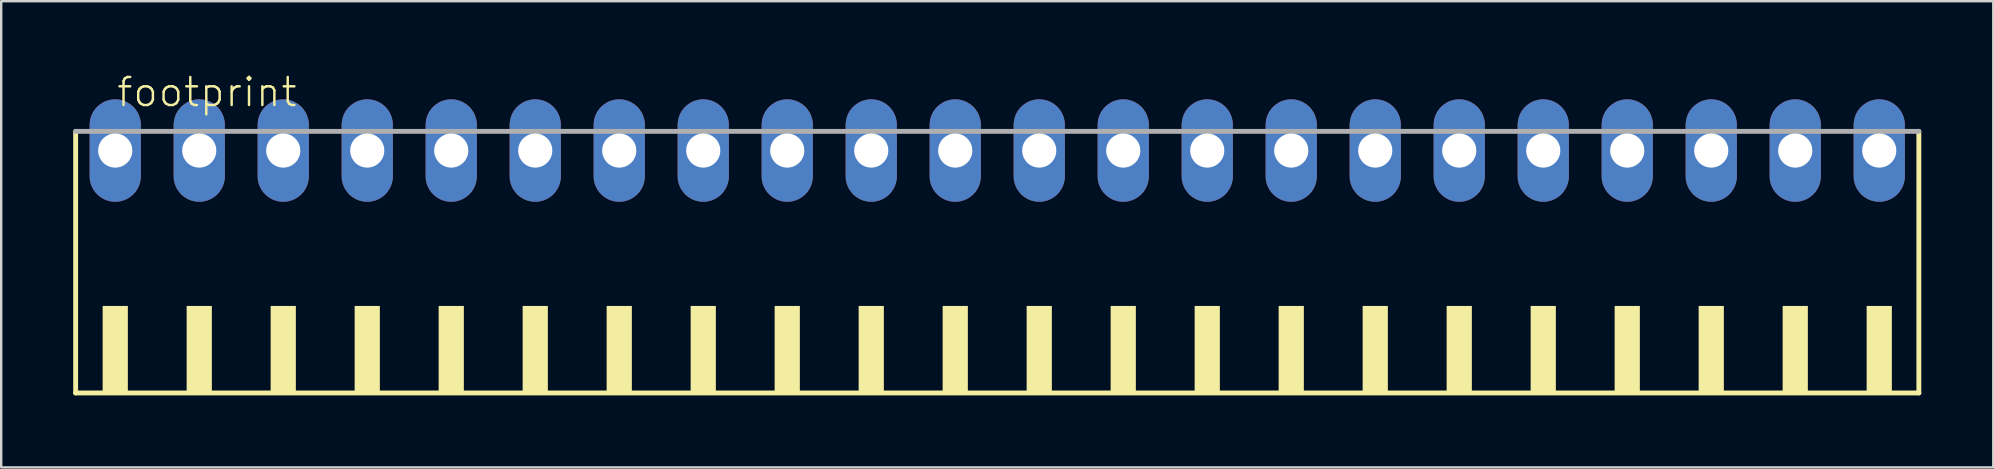
<source format=kicad_pcb>
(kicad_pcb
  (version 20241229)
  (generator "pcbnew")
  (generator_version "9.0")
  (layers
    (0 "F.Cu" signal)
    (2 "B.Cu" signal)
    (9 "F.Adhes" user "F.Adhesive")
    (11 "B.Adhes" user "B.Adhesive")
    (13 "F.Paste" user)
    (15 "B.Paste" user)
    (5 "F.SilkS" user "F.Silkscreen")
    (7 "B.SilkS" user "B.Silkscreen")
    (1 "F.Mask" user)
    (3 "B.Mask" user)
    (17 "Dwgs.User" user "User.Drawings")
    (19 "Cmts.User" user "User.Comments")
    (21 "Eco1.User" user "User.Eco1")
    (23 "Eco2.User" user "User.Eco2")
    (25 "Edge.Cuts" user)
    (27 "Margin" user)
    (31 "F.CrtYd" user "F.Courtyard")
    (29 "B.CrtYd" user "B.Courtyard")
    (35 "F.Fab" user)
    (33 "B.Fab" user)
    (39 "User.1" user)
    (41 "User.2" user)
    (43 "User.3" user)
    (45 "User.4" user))
  (footprint "footprint"
    (layer "F.Cu")
    (at 38.502 8.473)
    (property "Reference" "footprint" (at -36.75 -7 0) (layer "F.SilkS") (effects (font (size 1.168 1.168) (thickness 0.102)) (justify left bottom)))
    (fp_line (start -38.4 -6.05) (end -38.4 4.85) (stroke (width 0.203) (type solid)) (layer "F.SilkS"))
    (fp_line (start -38.4 4.85) (end 38.4 4.85) (stroke (width 0.203) (type solid)) (layer "F.SilkS"))
    (fp_line (start 38.4 4.85) (end 38.4 -6.05) (stroke (width 0.203) (type solid)) (layer "F.SilkS"))
    (fp_poly (pts (xy -37.275 4.9) (xy -36.225 4.9) (xy -36.225 1.225) (xy -37.275 1.225)) (stroke (width 0) (type solid)) (fill yes) (layer "F.SilkS"))
    (fp_poly (pts (xy -33.775 4.9) (xy -32.725 4.9) (xy -32.725 1.225) (xy -33.775 1.225)) (stroke (width 0) (type solid)) (fill yes) (layer "F.SilkS"))
    (fp_poly (pts (xy -30.275 4.9) (xy -29.225 4.9) (xy -29.225 1.225) (xy -30.275 1.225)) (stroke (width 0) (type solid)) (fill yes) (layer "F.SilkS"))
    (fp_poly (pts (xy -26.775 4.9) (xy -25.725 4.9) (xy -25.725 1.225) (xy -26.775 1.225)) (stroke (width 0) (type solid)) (fill yes) (layer "F.SilkS"))
    (fp_poly (pts (xy -23.275 4.9) (xy -22.225 4.9) (xy -22.225 1.225) (xy -23.275 1.225)) (stroke (width 0) (type solid)) (fill yes) (layer "F.SilkS"))
    (fp_poly (pts (xy -19.775 4.9) (xy -18.725 4.9) (xy -18.725 1.225) (xy -19.775 1.225)) (stroke (width 0) (type solid)) (fill yes) (layer "F.SilkS"))
    (fp_poly (pts (xy -16.275 4.9) (xy -15.225 4.9) (xy -15.225 1.225) (xy -16.275 1.225)) (stroke (width 0) (type solid)) (fill yes) (layer "F.SilkS"))
    (fp_poly (pts (xy -12.775 4.9) (xy -11.725 4.9) (xy -11.725 1.225) (xy -12.775 1.225)) (stroke (width 0) (type solid)) (fill yes) (layer "F.SilkS"))
    (fp_poly (pts (xy -9.275 4.9) (xy -8.225 4.9) (xy -8.225 1.225) (xy -9.275 1.225)) (stroke (width 0) (type solid)) (fill yes) (layer "F.SilkS"))
    (fp_poly (pts (xy -5.775 4.9) (xy -4.725 4.9) (xy -4.725 1.225) (xy -5.775 1.225)) (stroke (width 0) (type solid)) (fill yes) (layer "F.SilkS"))
    (fp_poly (pts (xy -2.275 4.9) (xy -1.225 4.9) (xy -1.225 1.225) (xy -2.275 1.225)) (stroke (width 0) (type solid)) (fill yes) (layer "F.SilkS"))
    (fp_poly (pts (xy 1.225 4.9) (xy 2.275 4.9) (xy 2.275 1.225) (xy 1.225 1.225)) (stroke (width 0) (type solid)) (fill yes) (layer "F.SilkS"))
    (fp_poly (pts (xy 4.725 4.9) (xy 5.775 4.9) (xy 5.775 1.225) (xy 4.725 1.225)) (stroke (width 0) (type solid)) (fill yes) (layer "F.SilkS"))
    (fp_poly (pts (xy 8.225 4.9) (xy 9.275 4.9) (xy 9.275 1.225) (xy 8.225 1.225)) (stroke (width 0) (type solid)) (fill yes) (layer "F.SilkS"))
    (fp_poly (pts (xy 11.725 4.9) (xy 12.775 4.9) (xy 12.775 1.225) (xy 11.725 1.225)) (stroke (width 0) (type solid)) (fill yes) (layer "F.SilkS"))
    (fp_poly (pts (xy 15.225 4.9) (xy 16.275 4.9) (xy 16.275 1.225) (xy 15.225 1.225)) (stroke (width 0) (type solid)) (fill yes) (layer "F.SilkS"))
    (fp_poly (pts (xy 18.725 4.9) (xy 19.775 4.9) (xy 19.775 1.225) (xy 18.725 1.225)) (stroke (width 0) (type solid)) (fill yes) (layer "F.SilkS"))
    (fp_poly (pts (xy 22.225 4.9) (xy 23.275 4.9) (xy 23.275 1.225) (xy 22.225 1.225)) (stroke (width 0) (type solid)) (fill yes) (layer "F.SilkS"))
    (fp_poly (pts (xy 25.725 4.9) (xy 26.775 4.9) (xy 26.775 1.225) (xy 25.725 1.225)) (stroke (width 0) (type solid)) (fill yes) (layer "F.SilkS"))
    (fp_poly (pts (xy 29.225 4.9) (xy 30.275 4.9) (xy 30.275 1.225) (xy 29.225 1.225)) (stroke (width 0) (type solid)) (fill yes) (layer "F.SilkS"))
    (fp_poly (pts (xy 32.725 4.9) (xy 33.775 4.9) (xy 33.775 1.225) (xy 32.725 1.225)) (stroke (width 0) (type solid)) (fill yes) (layer "F.SilkS"))
    (fp_poly (pts (xy 36.225 4.9) (xy 37.275 4.9) (xy 37.275 1.225) (xy 36.225 1.225)) (stroke (width 0) (type solid)) (fill yes) (layer "F.SilkS"))
    (fp_line (start 38.4 -6.05) (end -38.4 -6.05) (stroke (width 0.203) (type solid)) (layer "F.Fab"))
    (pad "1" thru_hole oval (at -36.75 -5.25 90) (size 4.267 2.134) (drill 1.422) (layers "*.Cu" "*.Mask"))
    (pad "2" thru_hole oval (at -33.25 -5.25 90) (size 4.267 2.134) (drill 1.422) (layers "*.Cu" "*.Mask"))
    (pad "3" thru_hole oval (at -29.75 -5.25 90) (size 4.267 2.134) (drill 1.422) (layers "*.Cu" "*.Mask"))
    (pad "4" thru_hole oval (at -26.25 -5.25 90) (size 4.267 2.134) (drill 1.422) (layers "*.Cu" "*.Mask"))
    (pad "5" thru_hole oval (at -22.75 -5.25 90) (size 4.267 2.134) (drill 1.422) (layers "*.Cu" "*.Mask"))
    (pad "6" thru_hole oval (at -19.25 -5.25 90) (size 4.267 2.134) (drill 1.422) (layers "*.Cu" "*.Mask"))
    (pad "7" thru_hole oval (at -15.75 -5.25 90) (size 4.267 2.134) (drill 1.422) (layers "*.Cu" "*.Mask"))
    (pad "8" thru_hole oval (at -12.25 -5.25 90) (size 4.267 2.134) (drill 1.422) (layers "*.Cu" "*.Mask"))
    (pad "9" thru_hole oval (at -8.75 -5.25 90) (size 4.267 2.134) (drill 1.422) (layers "*.Cu" "*.Mask"))
    (pad "10" thru_hole oval (at -5.25 -5.25 90) (size 4.267 2.134) (drill 1.422) (layers "*.Cu" "*.Mask"))
    (pad "11" thru_hole oval (at -1.75 -5.25 90) (size 4.267 2.134) (drill 1.422) (layers "*.Cu" "*.Mask"))
    (pad "12" thru_hole oval (at 1.75 -5.25 90) (size 4.267 2.134) (drill 1.422) (layers "*.Cu" "*.Mask"))
    (pad "13" thru_hole oval (at 5.25 -5.25 90) (size 4.267 2.134) (drill 1.422) (layers "*.Cu" "*.Mask"))
    (pad "14" thru_hole oval (at 8.75 -5.25 90) (size 4.267 2.134) (drill 1.422) (layers "*.Cu" "*.Mask"))
    (pad "15" thru_hole oval (at 12.25 -5.25 90) (size 4.267 2.134) (drill 1.422) (layers "*.Cu" "*.Mask"))
    (pad "16" thru_hole oval (at 15.75 -5.25 90) (size 4.267 2.134) (drill 1.422) (layers "*.Cu" "*.Mask"))
    (pad "17" thru_hole oval (at 19.25 -5.25 90) (size 4.267 2.134) (drill 1.422) (layers "*.Cu" "*.Mask"))
    (pad "18" thru_hole oval (at 22.75 -5.25 90) (size 4.267 2.134) (drill 1.422) (layers "*.Cu" "*.Mask"))
    (pad "19" thru_hole oval (at 26.25 -5.25 90) (size 4.267 2.134) (drill 1.422) (layers "*.Cu" "*.Mask"))
    (pad "20" thru_hole oval (at 29.75 -5.25 90) (size 4.267 2.134) (drill 1.422) (layers "*.Cu" "*.Mask"))
    (pad "21" thru_hole oval (at 33.25 -5.25 90) (size 4.267 2.134) (drill 1.422) (layers "*.Cu" "*.Mask"))
    (pad "22" thru_hole oval (at 36.75 -5.25 90) (size 4.267 2.134) (drill 1.422) (layers "*.Cu" "*.Mask")))
  (gr_rect
    (start -3 -3)
    (end 80.003 16.425)
    (stroke (width 0.1) (type default))
    (fill no)
    (layer "Edge.Cuts")))
</source>
